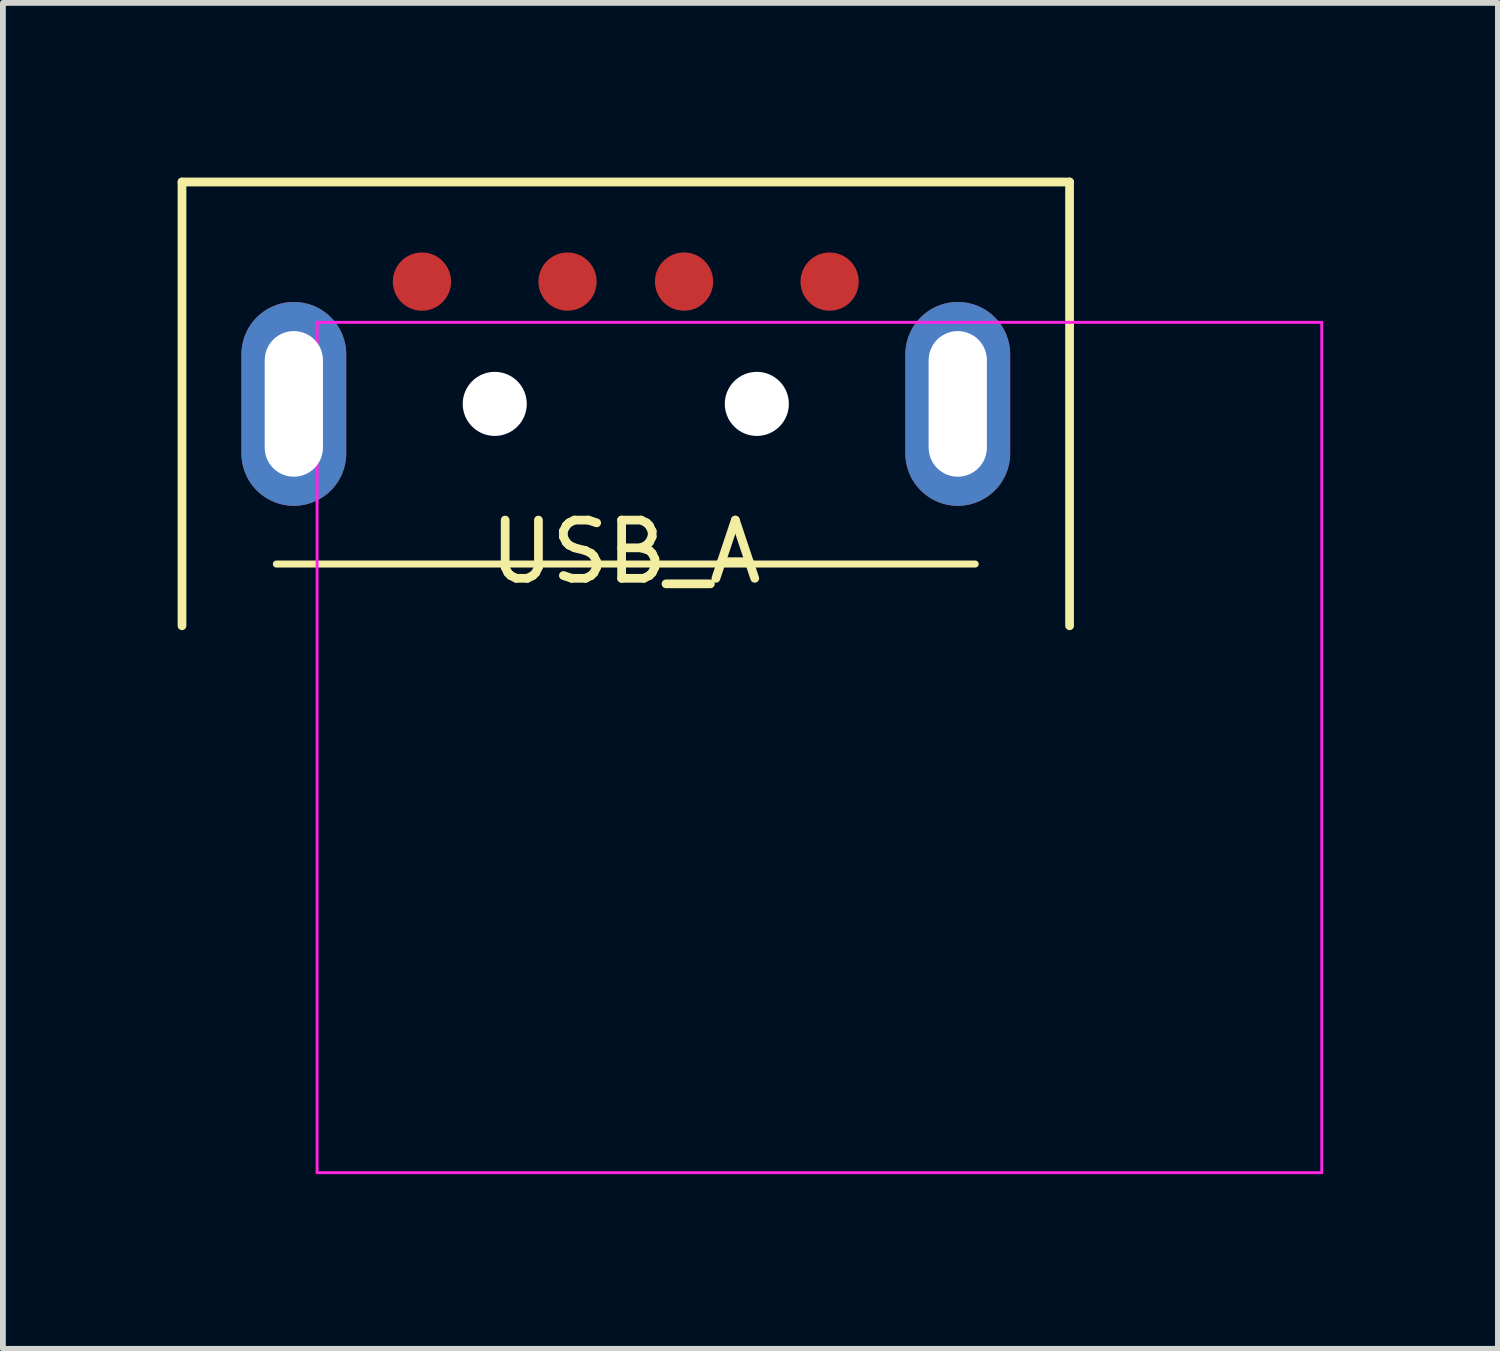
<source format=kicad_pcb>
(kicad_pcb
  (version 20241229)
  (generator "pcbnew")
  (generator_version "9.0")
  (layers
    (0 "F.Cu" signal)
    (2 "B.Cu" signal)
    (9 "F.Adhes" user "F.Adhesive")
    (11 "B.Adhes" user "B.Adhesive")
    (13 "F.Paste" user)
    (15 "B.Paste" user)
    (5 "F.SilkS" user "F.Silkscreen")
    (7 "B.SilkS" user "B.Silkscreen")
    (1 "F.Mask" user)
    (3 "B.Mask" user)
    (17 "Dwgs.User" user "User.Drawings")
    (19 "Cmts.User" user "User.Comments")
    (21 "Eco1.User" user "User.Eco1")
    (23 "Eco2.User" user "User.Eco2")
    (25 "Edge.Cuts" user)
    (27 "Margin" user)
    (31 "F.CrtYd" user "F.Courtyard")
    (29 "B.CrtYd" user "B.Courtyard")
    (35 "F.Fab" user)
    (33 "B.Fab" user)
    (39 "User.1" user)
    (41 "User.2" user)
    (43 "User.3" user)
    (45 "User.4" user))
  (footprint "USB_A"
    (layer "F.Cu")
    (at 7.695 6.635)
    (property "Reference" "USB_A" (at 0 -0.21 0) (layer "F.SilkS") (effects (font (size 1 1) (thickness 0.15))))
    (attr through_hole)
    (fp_line (start -7.62 -6.56) (end -7.62 1.06) (stroke (width 0.15) (type solid)) (layer "F.SilkS"))
    (fp_line (start -7.62 -6.56) (end 7.62 -6.56) (stroke (width 0.15) (type solid)) (layer "F.SilkS"))
    (fp_line (start -6 0) (end 6 0) (stroke (width 0.12) (type solid)) (layer "F.SilkS"))
    (fp_line (start 7.62 -6.56) (end 7.62 1.06) (stroke (width 0.15) (type solid)) (layer "F.SilkS"))
    (fp_line (start -5.3 -4.15) (end 11.95 -4.15) (stroke (width 0.05) (type solid)) (layer "F.CrtYd"))
    (fp_line (start -5.3 10.45) (end -5.3 -4.15) (stroke (width 0.05) (type solid)) (layer "F.CrtYd"))
    (fp_line (start -5.3 10.45) (end 11.95 10.45) (stroke (width 0.05) (type solid)) (layer "F.CrtYd"))
    (fp_line (start 11.95 -4.15) (end 11.95 10.45) (stroke (width 0.05) (type solid)) (layer "F.CrtYd"))
    (pad "" thru_hole oval (at -5.7 -2.75) (size 1.8 3.5) (drill oval 1 2.5) (layers "*.Cu" "*.Mask"))
    (pad "" np_thru_hole circle (at -2.25 -2.75) (size 1.1 1.1) (drill 1.1) (layers "*.Cu" "*.Mask"))
    (pad "" np_thru_hole circle (at 2.25 -2.75) (size 1.1 1.1) (drill 1.1) (layers "*.Cu" "*.Mask"))
    (pad "" thru_hole oval (at 5.7 -2.75) (size 1.8 3.5) (drill oval 1 2.5) (layers "*.Cu" "*.Mask"))
    (pad "1" smd circle (at 3.5 -4.85) (size 1 1) (layers "F.Cu" "F.Mask" "F.Paste"))
    (pad "2" smd circle (at 1 -4.85) (size 1 1) (layers "F.Cu" "F.Mask" "F.Paste"))
    (pad "3" smd circle (at -1 -4.85) (size 1 1) (layers "F.Cu" "F.Mask" "F.Paste"))
    (pad "4" smd circle (at -3.5 -4.85) (size 1 1) (layers "F.Cu" "F.Mask" "F.Paste")))
  (gr_rect
    (start -3 -3)
    (end 22.67 20.11)
    (stroke (width 0.1) (type default))
    (fill no)
    (layer "Edge.Cuts")))
</source>
